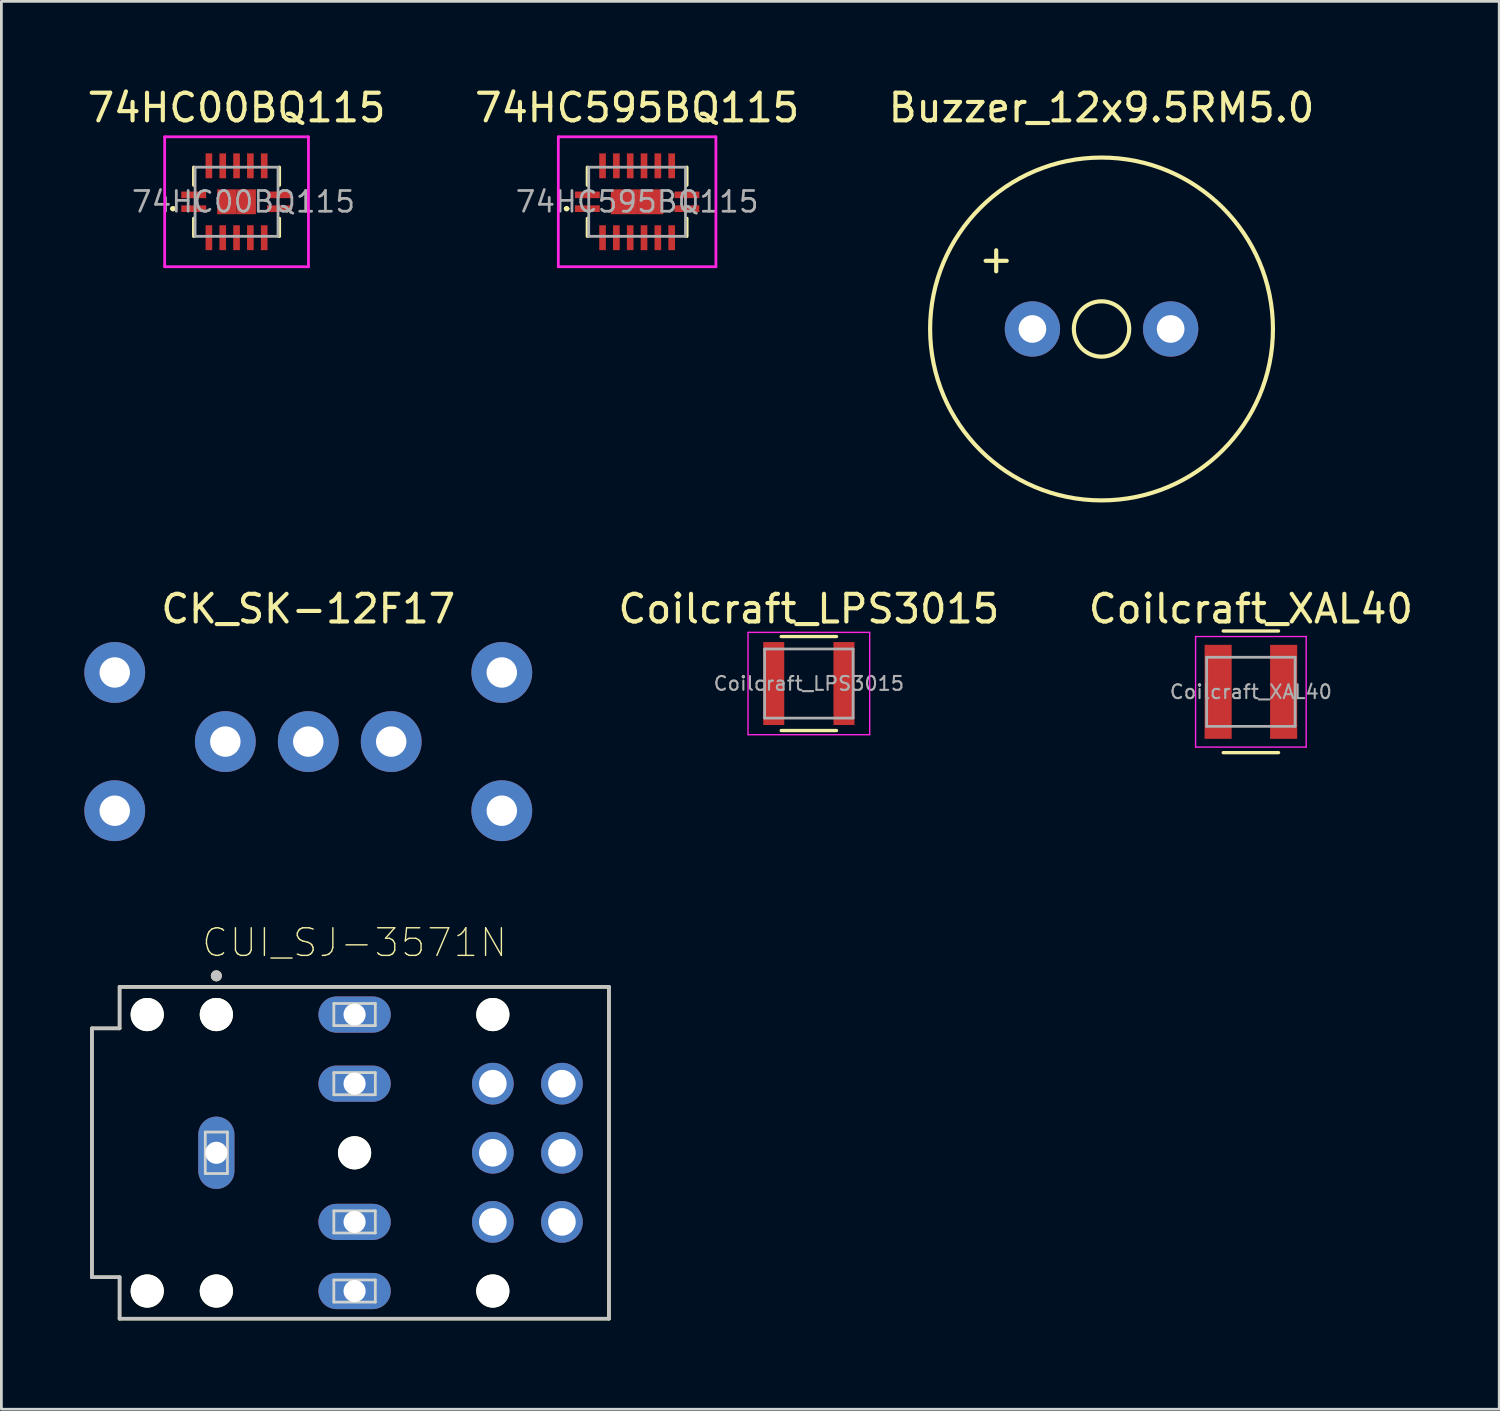
<source format=kicad_pcb>
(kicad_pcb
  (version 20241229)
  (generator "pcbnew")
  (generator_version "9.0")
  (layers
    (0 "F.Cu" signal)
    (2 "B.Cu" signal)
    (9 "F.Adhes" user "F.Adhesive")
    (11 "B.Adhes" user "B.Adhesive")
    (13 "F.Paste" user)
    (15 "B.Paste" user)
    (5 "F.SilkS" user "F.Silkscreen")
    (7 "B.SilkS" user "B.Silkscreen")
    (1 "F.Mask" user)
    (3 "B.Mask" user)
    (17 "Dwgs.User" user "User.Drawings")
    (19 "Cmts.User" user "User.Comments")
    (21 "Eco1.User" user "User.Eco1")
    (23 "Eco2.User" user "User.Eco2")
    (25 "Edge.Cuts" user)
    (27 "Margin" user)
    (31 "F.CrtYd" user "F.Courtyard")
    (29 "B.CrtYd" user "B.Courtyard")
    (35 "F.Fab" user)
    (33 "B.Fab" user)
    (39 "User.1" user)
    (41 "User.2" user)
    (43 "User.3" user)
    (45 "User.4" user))
  (footprint "74HC595BQ115"
    (layer "F.Cu")
    (at 19.994 4.248)
    (property "Reference" "74HC595BQ115" (at 0 -3.4 0) (layer "F.SilkS") (effects (font (size 1 1) (thickness 0.15))))
    (attr smd)
    (fp_line (start -2.6 0.25) (end -2.6 0.25) (stroke (width 0.1) (type solid)) (layer "F.SilkS"))
    (fp_line (start -2.5 0.25) (end -2.5 0.25) (stroke (width 0.1) (type solid)) (layer "F.SilkS"))
    (fp_line (start -1.8 -1.25) (end -1.8 -0.6) (stroke (width 0.12) (type solid)) (layer "F.SilkS"))
    (fp_line (start -1.8 0.6) (end -1.8 1.25) (stroke (width 0.12) (type solid)) (layer "F.SilkS"))
    (fp_line (start 1.8 -1.25) (end 1.8 -0.6) (stroke (width 0.12) (type solid)) (layer "F.SilkS"))
    (fp_line (start 1.8 0.6) (end 1.8 1.25) (stroke (width 0.12) (type solid)) (layer "F.SilkS"))
    (fp_arc (start -2.6 0.25) (mid -2.55 0.2) (end -2.5 0.25) (stroke (width 0.1) (type solid)) (layer "F.SilkS"))
    (fp_arc (start -2.5 0.25) (mid -2.55 0.3) (end -2.6 0.25) (stroke (width 0.1) (type solid)) (layer "F.SilkS"))
    (fp_line (start -2.85 -2.35) (end 2.85 -2.35) (stroke (width 0.1) (type solid)) (layer "F.CrtYd"))
    (fp_line (start -2.85 2.35) (end -2.85 -2.35) (stroke (width 0.1) (type solid)) (layer "F.CrtYd"))
    (fp_line (start 2.85 -2.35) (end 2.85 2.35) (stroke (width 0.1) (type solid)) (layer "F.CrtYd"))
    (fp_line (start 2.85 2.35) (end -2.85 2.35) (stroke (width 0.1) (type solid)) (layer "F.CrtYd"))
    (fp_line (start -1.75 -1.25) (end 1.75 -1.25) (stroke (width 0.1) (type solid)) (layer "F.Fab"))
    (fp_line (start -1.75 1.25) (end -1.75 -1.25) (stroke (width 0.1) (type solid)) (layer "F.Fab"))
    (fp_line (start 1.75 -1.25) (end 1.75 1.25) (stroke (width 0.1) (type solid)) (layer "F.Fab"))
    (fp_line (start 1.75 1.25) (end -1.75 1.25) (stroke (width 0.1) (type solid)) (layer "F.Fab"))
    (fp_text user "${REFERENCE}" (at 0 0 0) (layer "F.Fab") (effects (font (size 0.75 0.75) (thickness 0.1))))
    (pad "1" smd rect (at -1.8 0.25 90) (size 0.24 0.9) (layers "F.Cu" "F.Mask" "F.Paste"))
    (pad "2" smd rect (at -1.25 1.3) (size 0.24 0.9) (layers "F.Cu" "F.Mask" "F.Paste"))
    (pad "3" smd rect (at -0.75 1.3) (size 0.24 0.9) (layers "F.Cu" "F.Mask" "F.Paste"))
    (pad "4" smd rect (at -0.25 1.3) (size 0.24 0.9) (layers "F.Cu" "F.Mask" "F.Paste"))
    (pad "5" smd rect (at 0.25 1.3) (size 0.24 0.9) (layers "F.Cu" "F.Mask" "F.Paste"))
    (pad "6" smd rect (at 0.75 1.3) (size 0.24 0.9) (layers "F.Cu" "F.Mask" "F.Paste"))
    (pad "7" smd rect (at 1.25 1.3) (size 0.24 0.9) (layers "F.Cu" "F.Mask" "F.Paste"))
    (pad "8" smd rect (at -0.475 0 90) (size 0.9 0.95) (layers "F.Cu" "F.Mask" "F.Paste"))
    (pad "8" smd rect (at 0.475 0 90) (size 0.9 0.95) (layers "F.Cu" "F.Mask" "F.Paste"))
    (pad "8" smd rect (at 1.8 0.25 90) (size 0.24 0.9) (layers "F.Cu" "F.Mask" "F.Paste"))
    (pad "9" smd rect (at 1.8 -0.25 90) (size 0.24 0.9) (layers "F.Cu" "F.Mask" "F.Paste"))
    (pad "10" smd rect (at 1.25 -1.3) (size 0.24 0.9) (layers "F.Cu" "F.Mask" "F.Paste"))
    (pad "11" smd rect (at 0.75 -1.3) (size 0.24 0.9) (layers "F.Cu" "F.Mask" "F.Paste"))
    (pad "12" smd rect (at 0.25 -1.3) (size 0.24 0.9) (layers "F.Cu" "F.Mask" "F.Paste"))
    (pad "13" smd rect (at -0.25 -1.3) (size 0.24 0.9) (layers "F.Cu" "F.Mask" "F.Paste"))
    (pad "14" smd rect (at -0.75 -1.3) (size 0.24 0.9) (layers "F.Cu" "F.Mask" "F.Paste"))
    (pad "15" smd rect (at -1.25 -1.3) (size 0.24 0.9) (layers "F.Cu" "F.Mask" "F.Paste"))
    (pad "16" smd rect (at -1.8 -0.25 90) (size 0.24 0.9) (layers "F.Cu" "F.Mask" "F.Paste")))
  (footprint "74HC00BQ115"
    (layer "F.Cu")
    (at 5.506 4.248)
    (property "Reference" "74HC00BQ115" (at 0 -3.4 0) (layer "F.SilkS") (effects (font (size 1 1) (thickness 0.15))))
    (attr smd)
    (fp_line (start -2.35 0.25) (end -2.35 0.25) (stroke (width 0.1) (type solid)) (layer "F.SilkS"))
    (fp_line (start -2.25 0.25) (end -2.25 0.25) (stroke (width 0.1) (type solid)) (layer "F.SilkS"))
    (fp_line (start -1.55 -1.25) (end -1.55 -0.6) (stroke (width 0.12) (type solid)) (layer "F.SilkS"))
    (fp_line (start -1.55 0.6) (end -1.55 1.25) (stroke (width 0.12) (type solid)) (layer "F.SilkS"))
    (fp_line (start 1.55 -1.25) (end 1.55 -0.6) (stroke (width 0.12) (type solid)) (layer "F.SilkS"))
    (fp_line (start 1.55 0.6) (end 1.55 1.25) (stroke (width 0.12) (type solid)) (layer "F.SilkS"))
    (fp_arc (start -2.35 0.25) (mid -2.3 0.2) (end -2.25 0.25) (stroke (width 0.1) (type solid)) (layer "F.SilkS"))
    (fp_arc (start -2.25 0.25) (mid -2.3 0.3) (end -2.35 0.25) (stroke (width 0.1) (type solid)) (layer "F.SilkS"))
    (fp_line (start -2.6 -2.35) (end 2.6 -2.35) (stroke (width 0.1) (type solid)) (layer "F.CrtYd"))
    (fp_line (start -2.6 2.35) (end -2.6 -2.35) (stroke (width 0.1) (type solid)) (layer "F.CrtYd"))
    (fp_line (start 2.6 -2.35) (end 2.6 2.35) (stroke (width 0.1) (type solid)) (layer "F.CrtYd"))
    (fp_line (start 2.6 2.35) (end -2.6 2.35) (stroke (width 0.1) (type solid)) (layer "F.CrtYd"))
    (fp_line (start -1.5 -1.25) (end 1.5 -1.25) (stroke (width 0.1) (type solid)) (layer "F.Fab"))
    (fp_line (start -1.5 1.25) (end -1.5 -1.25) (stroke (width 0.1) (type solid)) (layer "F.Fab"))
    (fp_line (start 1.5 -1.25) (end 1.5 1.25) (stroke (width 0.1) (type solid)) (layer "F.Fab"))
    (fp_line (start 1.5 1.25) (end -1.5 1.25) (stroke (width 0.1) (type solid)) (layer "F.Fab"))
    (fp_text user "${REFERENCE}" (at 0.25 0 0) (layer "F.Fab") (effects (font (size 0.75 0.75) (thickness 0.1))))
    (pad "1" smd rect (at -1.55 0.25 90) (size 0.24 0.9) (layers "F.Cu" "F.Mask" "F.Paste"))
    (pad "2" smd rect (at -1 1.3) (size 0.24 0.9) (layers "F.Cu" "F.Mask" "F.Paste"))
    (pad "3" smd rect (at -0.5 1.3) (size 0.24 0.9) (layers "F.Cu" "F.Mask" "F.Paste"))
    (pad "4" smd rect (at 0 1.3) (size 0.24 0.9) (layers "F.Cu" "F.Mask" "F.Paste"))
    (pad "5" smd rect (at 0.5 1.3) (size 0.24 0.9) (layers "F.Cu" "F.Mask" "F.Paste"))
    (pad "6" smd rect (at 1 1.3) (size 0.24 0.9) (layers "F.Cu" "F.Mask" "F.Paste"))
    (pad "7" smd rect (at -0.35 0 90) (size 0.9 0.7) (layers "F.Cu" "F.Mask" "F.Paste"))
    (pad "7" smd rect (at 0.35 0 90) (size 0.9 0.7) (layers "F.Cu" "F.Mask" "F.Paste"))
    (pad "7" smd rect (at 1.55 0.25 90) (size 0.24 0.9) (layers "F.Cu" "F.Mask" "F.Paste"))
    (pad "8" smd rect (at 1.55 -0.25 90) (size 0.24 0.9) (layers "F.Cu" "F.Mask" "F.Paste"))
    (pad "9" smd rect (at 1 -1.3) (size 0.24 0.9) (layers "F.Cu" "F.Mask" "F.Paste"))
    (pad "10" smd rect (at 0.5 -1.3) (size 0.24 0.9) (layers "F.Cu" "F.Mask" "F.Paste"))
    (pad "11" smd rect (at 0 -1.3) (size 0.24 0.9) (layers "F.Cu" "F.Mask" "F.Paste"))
    (pad "12" smd rect (at -0.5 -1.3) (size 0.24 0.9) (layers "F.Cu" "F.Mask" "F.Paste"))
    (pad "13" smd rect (at -1 -1.3) (size 0.24 0.9) (layers "F.Cu" "F.Mask" "F.Paste"))
    (pad "14" smd rect (at -1.55 -0.25 90) (size 0.24 0.9) (layers "F.Cu" "F.Mask" "F.Paste")))
  (footprint "Coilcraft_LPS3015"
    (layer "F.Cu")
    (at 26.206 21.673)
    (property "Reference" "Coilcraft_LPS3015" (at 0 -2.7 0) (layer "F.SilkS") (effects (font (size 1 1) (thickness 0.15))))
    (attr smd)
    (fp_line (start -1 -1.7) (end 1 -1.7) (stroke (width 0.12) (type solid)) (layer "F.SilkS"))
    (fp_line (start 1 1.7) (end -1 1.7) (stroke (width 0.12) (type solid)) (layer "F.SilkS"))
    (fp_line (start -2.2 -1.85) (end -2.2 1.85) (stroke (width 0.05) (type solid)) (layer "F.CrtYd"))
    (fp_line (start -2.2 -1.85) (end 2.2 -1.85) (stroke (width 0.05) (type solid)) (layer "F.CrtYd"))
    (fp_line (start -2.2 1.85) (end 2.2 1.85) (stroke (width 0.05) (type solid)) (layer "F.CrtYd"))
    (fp_line (start 2.2 -1.85) (end 2.2 1.85) (stroke (width 0.05) (type solid)) (layer "F.CrtYd"))
    (fp_line (start -1.6 -1.25) (end 1.6 -1.25) (stroke (width 0.1) (type solid)) (layer "F.Fab"))
    (fp_line (start -1.6 1.25) (end -1.6 -1.25) (stroke (width 0.1) (type solid)) (layer "F.Fab"))
    (fp_line (start 1.6 -1.25) (end 1.6 1.25) (stroke (width 0.1) (type solid)) (layer "F.Fab"))
    (fp_line (start 1.6 1.25) (end -1.6 1.25) (stroke (width 0.1) (type solid)) (layer "F.Fab"))
    (fp_text user "${REFERENCE}" (at 0 0 0) (layer "F.Fab") (effects (font (size 0.5 0.5) (thickness 0.075))))
    (pad "1" smd rect (at -1.27 0) (size 0.76 3) (layers "F.Cu" "F.Mask" "F.Paste"))
    (pad "2" smd rect (at 1.27 0) (size 0.76 3) (layers "F.Cu" "F.Mask" "F.Paste")))
  (footprint "CK_SK-12F17"
    (layer "F.Cu")
    (at 8.1 23.773)
    (property "Reference" "CK_SK-12F17" (at 0 -4.8 0) (layer "F.SilkS") (effects (font (size 1 1) (thickness 0.15))))
    (attr through_hole)
    (pad "" thru_hole circle (at -7 -2.5) (size 2.2 2.2) (drill 1.1) (layers "*.Cu" "*.Mask"))
    (pad "" thru_hole circle (at -7 2.5) (size 2.2 2.2) (drill 1.1) (layers "*.Cu" "*.Mask"))
    (pad "" thru_hole circle (at 7 -2.5) (size 2.2 2.2) (drill 1.1) (layers "*.Cu" "*.Mask"))
    (pad "" thru_hole circle (at 7 2.5) (size 2.2 2.2) (drill 1.1) (layers "*.Cu" "*.Mask"))
    (pad "1" thru_hole circle (at -3 0) (size 2.2 2.2) (drill 1.1) (layers "*.Cu" "*.Mask"))
    (pad "2" thru_hole circle (at 0 0) (size 2.2 2.2) (drill 1.1) (layers "*.Cu" "*.Mask"))
    (pad "3" thru_hole circle (at 3 0) (size 2.2 2.2) (drill 1.1) (layers "*.Cu" "*.Mask")))
  (footprint "CUI_SJ-3571N"
    (layer "F.Cu")
    (at 9.775 38.646)
    (property "Reference" "CUI_SJ-3571N" (at 0 -7.6 0) (layer "F.SilkS") (effects (font (size 1 1) (thickness 0.05))))
    (attr through_hole)
    (fp_line (start -9.5 -4.5) (end -9.5 4.5) (stroke (width 0.127) (type solid)) (layer "F.SilkS"))
    (fp_line (start -9.5 4.5) (end -8.5 4.5) (stroke (width 0.127) (type solid)) (layer "F.SilkS"))
    (fp_line (start -8.5 -6) (end -8.5 -4.5) (stroke (width 0.127) (type solid)) (layer "F.SilkS"))
    (fp_line (start -8.5 -4.5) (end -9.5 -4.5) (stroke (width 0.127) (type solid)) (layer "F.SilkS"))
    (fp_line (start -8.5 4.5) (end -8.5 6) (stroke (width 0.127) (type solid)) (layer "F.SilkS"))
    (fp_line (start -8.5 6) (end 9.2 6) (stroke (width 0.127) (type solid)) (layer "F.SilkS"))
    (fp_line (start 9.2 -6) (end -8.5 -6) (stroke (width 0.127) (type solid)) (layer "F.SilkS"))
    (fp_line (start 9.2 -6) (end 9.2 6) (stroke (width 0.127) (type solid)) (layer "F.SilkS"))
    (fp_circle (center -5 -6.4) (end -4.9 -6.4) (stroke (width 0.2) (type solid)) (fill no) (layer "F.SilkS"))
    (fp_line (start -9.5 -4.5) (end -8.5 -4.5) (stroke (width 0.127) (type solid)) (layer "Dwgs.User"))
    (fp_line (start -9.5 4.5) (end -9.5 -4.5) (stroke (width 0.127) (type solid)) (layer "Dwgs.User"))
    (fp_line (start -8.5 -6) (end 9.2 -6) (stroke (width 0.127) (type solid)) (layer "Dwgs.User"))
    (fp_line (start -8.5 -4.5) (end -8.5 -6) (stroke (width 0.127) (type solid)) (layer "Dwgs.User"))
    (fp_line (start -8.5 4.5) (end -9.5 4.5) (stroke (width 0.127) (type solid)) (layer "Dwgs.User"))
    (fp_line (start -8.5 6) (end -8.5 4.5) (stroke (width 0.127) (type solid)) (layer "Dwgs.User"))
    (fp_line (start 9.2 -6) (end 9.2 6) (stroke (width 0.127) (type solid)) (layer "Dwgs.User"))
    (fp_line (start 9.2 6) (end -8.5 6) (stroke (width 0.127) (type solid)) (layer "Dwgs.User"))
    (fp_circle (center -5 -6.4) (end -4.9 -6.4) (stroke (width 0.2) (type solid)) (fill no) (layer "Dwgs.User"))
    (fp_line (start -9.75 -6.25) (end 9.45 -6.25) (stroke (width 0.05) (type solid)) (layer "Eco1.User"))
    (fp_line (start -9.75 6.25) (end -9.75 -6.25) (stroke (width 0.05) (type solid)) (layer "Eco1.User"))
    (fp_line (start 9.45 -6.25) (end 9.45 6.25) (stroke (width 0.05) (type solid)) (layer "Eco1.User"))
    (fp_line (start 9.45 6.25) (end -9.75 6.25) (stroke (width 0.05) (type solid)) (layer "Eco1.User"))
    (fp_line (start -5.4 -0.75) (end -4.6 -0.75) (stroke (width 0.1) (type solid)) (layer "Edge.Cuts"))
    (fp_line (start -5.4 0.75) (end -5.4 -0.75) (stroke (width 0.1) (type solid)) (layer "Edge.Cuts"))
    (fp_line (start -4.6 -0.75) (end -4.6 0.75) (stroke (width 0.1) (type solid)) (layer "Edge.Cuts"))
    (fp_line (start -4.6 0.75) (end -5.4 0.75) (stroke (width 0.1) (type solid)) (layer "Edge.Cuts"))
    (fp_line (start -0.75 -5.4) (end 0.75 -5.4) (stroke (width 0.1) (type solid)) (layer "Edge.Cuts"))
    (fp_line (start -0.75 -4.6) (end -0.75 -5.4) (stroke (width 0.1) (type solid)) (layer "Edge.Cuts"))
    (fp_line (start -0.75 -2.9) (end 0.75 -2.9) (stroke (width 0.1) (type solid)) (layer "Edge.Cuts"))
    (fp_line (start -0.75 -2.1) (end -0.75 -2.9) (stroke (width 0.1) (type solid)) (layer "Edge.Cuts"))
    (fp_line (start -0.75 2.1) (end 0.75 2.1) (stroke (width 0.1) (type solid)) (layer "Edge.Cuts"))
    (fp_line (start -0.75 2.9) (end -0.75 2.1) (stroke (width 0.1) (type solid)) (layer "Edge.Cuts"))
    (fp_line (start -0.75 4.6) (end 0.75 4.6) (stroke (width 0.1) (type solid)) (layer "Edge.Cuts"))
    (fp_line (start -0.75 5.4) (end -0.75 4.6) (stroke (width 0.1) (type solid)) (layer "Edge.Cuts"))
    (fp_line (start 0.75 -5.4) (end 0.75 -4.6) (stroke (width 0.1) (type solid)) (layer "Edge.Cuts"))
    (fp_line (start 0.75 -4.6) (end -0.75 -4.6) (stroke (width 0.1) (type solid)) (layer "Edge.Cuts"))
    (fp_line (start 0.75 -2.9) (end 0.75 -2.1) (stroke (width 0.1) (type solid)) (layer "Edge.Cuts"))
    (fp_line (start 0.75 -2.1) (end -0.75 -2.1) (stroke (width 0.1) (type solid)) (layer "Edge.Cuts"))
    (fp_line (start 0.75 2.1) (end 0.75 2.9) (stroke (width 0.1) (type solid)) (layer "Edge.Cuts"))
    (fp_line (start 0.75 2.9) (end -0.75 2.9) (stroke (width 0.1) (type solid)) (layer "Edge.Cuts"))
    (fp_line (start 0.75 4.6) (end 0.75 5.4) (stroke (width 0.1) (type solid)) (layer "Edge.Cuts"))
    (fp_line (start 0.75 5.4) (end -0.75 5.4) (stroke (width 0.1) (type solid)) (layer "Edge.Cuts"))
    (pad "" np_thru_hole circle (at -7.5 -5) (size 1.2 1.2) (drill 1.2) (layers "*.Cu" "*.Mask" "F.SilkS"))
    (pad "" np_thru_hole circle (at -7.5 5) (size 1.2 1.2) (drill 1.2) (layers "*.Cu" "*.Mask" "F.SilkS"))
    (pad "" np_thru_hole circle (at -5 -5) (size 1.2 1.2) (drill 1.2) (layers "*.Cu" "*.Mask" "F.SilkS"))
    (pad "" np_thru_hole circle (at -5 5) (size 1.2 1.2) (drill 1.2) (layers "*.Cu" "*.Mask" "F.SilkS"))
    (pad "" np_thru_hole circle (at 0 0) (size 1.2 1.2) (drill 1.2) (layers "*.Cu" "*.Mask" "F.SilkS"))
    (pad "" np_thru_hole circle (at 5 -5) (size 1.2 1.2) (drill 1.2) (layers "*.Cu" "*.Mask" "F.SilkS"))
    (pad "" np_thru_hole circle (at 5 5) (size 1.2 1.2) (drill 1.2) (layers "*.Cu" "*.Mask" "F.SilkS"))
    (pad "1" thru_hole oval (at -5 0 90) (size 2.616 1.308) (drill 0.8) (layers "*.Cu" "*.Mask"))
    (pad "2" thru_hole oval (at 0 5) (size 2.616 1.308) (drill 0.8) (layers "*.Cu" "*.Mask"))
    (pad "3" thru_hole oval (at 0 -5) (size 2.616 1.308) (drill 0.8) (layers "*.Cu" "*.Mask"))
    (pad "4" thru_hole circle (at 5 -2.5) (size 1.508 1.508) (drill 1) (layers "*.Cu" "*.Mask"))
    (pad "5" thru_hole circle (at 5 0) (size 1.508 1.508) (drill 1) (layers "*.Cu" "*.Mask"))
    (pad "6" thru_hole circle (at 5 2.5) (size 1.508 1.508) (drill 1) (layers "*.Cu" "*.Mask"))
    (pad "7" thru_hole circle (at 7.5 -2.5) (size 1.508 1.508) (drill 1) (layers "*.Cu" "*.Mask"))
    (pad "8" thru_hole circle (at 7.5 0) (size 1.508 1.508) (drill 1) (layers "*.Cu" "*.Mask"))
    (pad "9" thru_hole circle (at 7.5 2.5) (size 1.508 1.508) (drill 1) (layers "*.Cu" "*.Mask"))
    (pad "10" thru_hole oval (at 0 2.5) (size 2.616 1.308) (drill 0.8) (layers "*.Cu" "*.Mask"))
    (pad "11" thru_hole oval (at 0 -2.5) (size 2.616 1.308) (drill 0.8) (layers "*.Cu" "*.Mask")))
  (footprint "Coilcraft_XAL40"
    (layer "F.Cu")
    (at 42.194 21.973)
    (property "Reference" "Coilcraft_XAL40" (at 0 -3 0) (layer "F.SilkS") (effects (font (size 1 1) (thickness 0.15))))
    (attr smd)
    (fp_line (start -1 -2.2) (end 1 -2.2) (stroke (width 0.12) (type solid)) (layer "F.SilkS"))
    (fp_line (start 1 2.2) (end -1 2.2) (stroke (width 0.12) (type solid)) (layer "F.SilkS"))
    (fp_line (start -2 -2) (end -2 2) (stroke (width 0.05) (type solid)) (layer "F.CrtYd"))
    (fp_line (start -2 -2) (end 2 -2) (stroke (width 0.05) (type solid)) (layer "F.CrtYd"))
    (fp_line (start -2 2) (end 2 2) (stroke (width 0.05) (type solid)) (layer "F.CrtYd"))
    (fp_line (start 2 -2) (end 2 2) (stroke (width 0.05) (type solid)) (layer "F.CrtYd"))
    (fp_line (start -1.6 -1.25) (end 1.6 -1.25) (stroke (width 0.1) (type solid)) (layer "F.Fab"))
    (fp_line (start -1.6 1.25) (end -1.6 -1.25) (stroke (width 0.1) (type solid)) (layer "F.Fab"))
    (fp_line (start 1.6 -1.25) (end 1.6 1.25) (stroke (width 0.1) (type solid)) (layer "F.Fab"))
    (fp_line (start 1.6 1.25) (end -1.6 1.25) (stroke (width 0.1) (type solid)) (layer "F.Fab"))
    (fp_text user "${REFERENCE}" (at 0 0 180) (layer "F.Fab") (effects (font (size 0.5 0.5) (thickness 0.075))))
    (pad "1" smd rect (at -1.185 0) (size 0.98 3.4) (layers "F.Cu" "F.Mask" "F.Paste"))
    (pad "2" smd rect (at 1.185 0) (size 0.98 3.4) (layers "F.Cu" "F.Mask" "F.Paste")))
  (footprint "Buzzer_12x9.5RM5.0"
    (layer "F.Cu")
    (at 36.792 8.849)
    (property "Reference" "Buzzer_12x9.5RM5.0" (at 0 -8.001 0) (layer "F.SilkS") (effects (font (size 1 1) (thickness 0.15))))
    (attr through_hole)
    (fp_circle (center 0 0) (end 1.001 0) (stroke (width 0.15) (type solid)) (fill no) (layer "F.SilkS"))
    (fp_circle (center 0 0) (end 6.2 0) (stroke (width 0.15) (type solid)) (fill no) (layer "F.SilkS"))
    (fp_text user "+" (at -3.81 -2.54 0) (layer "F.SilkS") (effects (font (size 1 1) (thickness 0.15))))
    (pad "1" thru_hole circle (at -2.5 0) (size 2 2) (drill 1.001) (layers "*.Cu" "*.Mask"))
    (pad "2" thru_hole circle (at 2.5 0) (size 2 2) (drill 1.001) (layers "*.Cu" "*.Mask")))
  (gr_rect
    (start -3 -3)
    (end 51.176 47.921)
    (stroke (width 0.1) (type default))
    (fill no)
    (layer "Edge.Cuts")))
</source>
